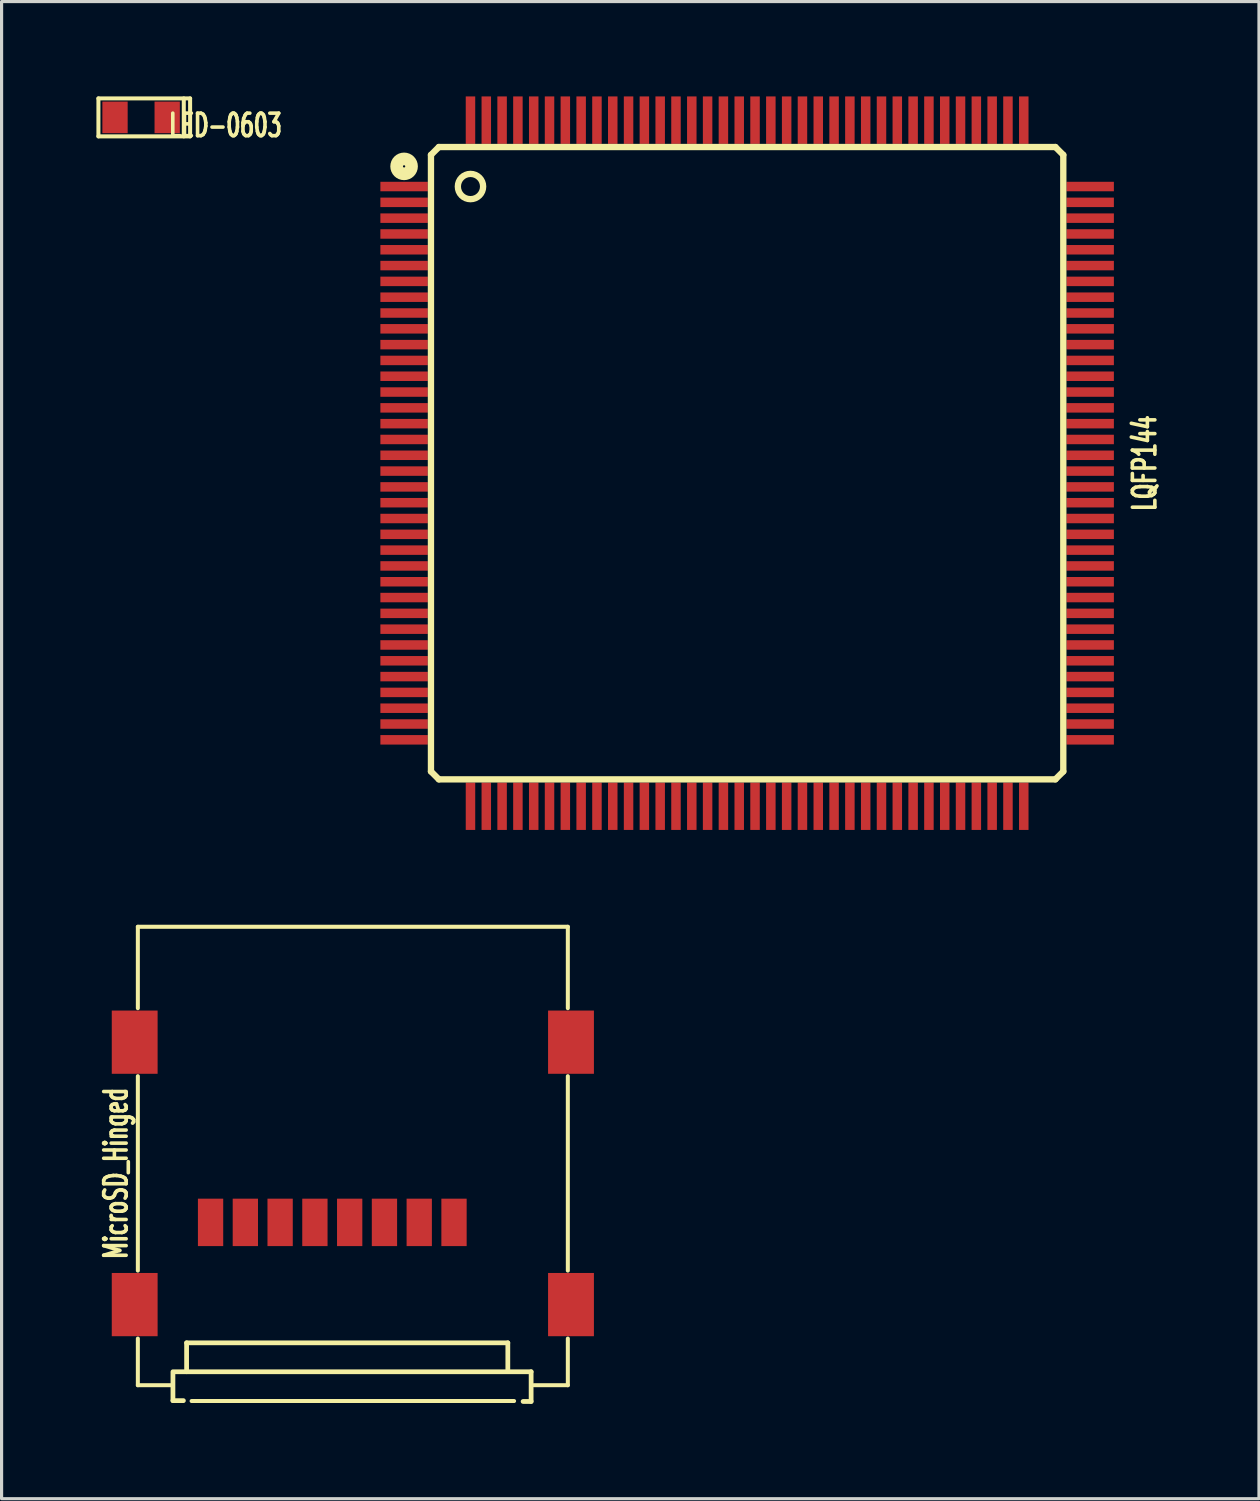
<source format=kicad_pcb>
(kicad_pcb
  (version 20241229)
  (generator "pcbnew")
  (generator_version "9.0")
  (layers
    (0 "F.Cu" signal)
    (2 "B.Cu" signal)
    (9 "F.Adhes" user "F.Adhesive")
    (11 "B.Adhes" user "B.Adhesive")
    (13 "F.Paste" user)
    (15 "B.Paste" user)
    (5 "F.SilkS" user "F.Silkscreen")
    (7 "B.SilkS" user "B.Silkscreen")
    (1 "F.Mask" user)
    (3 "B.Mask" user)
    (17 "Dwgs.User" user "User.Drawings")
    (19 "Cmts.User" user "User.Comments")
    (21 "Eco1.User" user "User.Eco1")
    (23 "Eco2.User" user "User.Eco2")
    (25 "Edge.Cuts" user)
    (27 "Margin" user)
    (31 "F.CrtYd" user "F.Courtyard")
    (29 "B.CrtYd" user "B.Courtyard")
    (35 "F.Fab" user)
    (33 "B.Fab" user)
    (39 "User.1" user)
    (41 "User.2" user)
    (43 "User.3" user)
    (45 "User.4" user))
  (footprint "MicroSD_Hinged"
    (layer "F.Cu")
    (at 8.11 34.063)
    (property "Reference" "MicroSD_Hinged" (at -7.493 0 90) (layer "F.SilkS") (effects (font (size 0.711 0.457) (thickness 0.114))))
    (attr through_hole)
    (fp_line (start -6.8 -7.8) (end 6.8 -7.8) (stroke (width 0.127) (type solid)) (layer "F.SilkS"))
    (fp_line (start -6.8 -5.225) (end -6.8 -7.8) (stroke (width 0.127) (type solid)) (layer "F.SilkS"))
    (fp_line (start -6.8 -3.075) (end -6.8 3.075) (stroke (width 0.127) (type solid)) (layer "F.SilkS"))
    (fp_line (start -6.8 6.7) (end -6.8 5.225) (stroke (width 0.127) (type solid)) (layer "F.SilkS"))
    (fp_line (start -6.8 6.7) (end -5.725 6.7) (stroke (width 0.127) (type solid)) (layer "F.SilkS"))
    (fp_line (start -5.69 6.274) (end 5.639 6.274) (stroke (width 0.15) (type solid)) (layer "F.SilkS"))
    (fp_line (start -5.69 6.325) (end -5.69 7.188) (stroke (width 0.15) (type solid)) (layer "F.SilkS"))
    (fp_line (start -5.69 7.188) (end -5.359 7.188) (stroke (width 0.15) (type solid)) (layer "F.SilkS"))
    (fp_line (start -5.258 5.359) (end 4.902 5.359) (stroke (width 0.15) (type solid)) (layer "F.SilkS"))
    (fp_line (start -5.258 6.274) (end -5.258 5.359) (stroke (width 0.15) (type solid)) (layer "F.SilkS"))
    (fp_line (start -5.1 7.2) (end 5.1 7.2) (stroke (width 0.127) (type solid)) (layer "F.SilkS"))
    (fp_line (start 4.902 5.359) (end 4.902 6.248) (stroke (width 0.15) (type solid)) (layer "F.SilkS"))
    (fp_line (start 5.639 6.274) (end 5.639 7.214) (stroke (width 0.15) (type solid)) (layer "F.SilkS"))
    (fp_line (start 5.639 7.214) (end 5.385 7.214) (stroke (width 0.15) (type solid)) (layer "F.SilkS"))
    (fp_line (start 6.8 -7.8) (end 6.8 -5.225) (stroke (width 0.127) (type solid)) (layer "F.SilkS"))
    (fp_line (start 6.8 3.075) (end 6.8 -3.075) (stroke (width 0.127) (type solid)) (layer "F.SilkS"))
    (fp_line (start 6.8 6.7) (end 5.725 6.7) (stroke (width 0.127) (type solid)) (layer "F.SilkS"))
    (fp_line (start 6.8 6.7) (end 6.8 5.225) (stroke (width 0.127) (type solid)) (layer "F.SilkS"))
    (pad "1" smd rect (at 3.2 1.55) (size 0.8 1.5) (layers "F.Cu" "F.Mask" "F.Paste"))
    (pad "2" smd rect (at 2.1 1.55) (size 0.8 1.5) (layers "F.Cu" "F.Mask" "F.Paste"))
    (pad "3" smd rect (at 1 1.55) (size 0.8 1.5) (layers "F.Cu" "F.Mask" "F.Paste"))
    (pad "4" smd rect (at -0.1 1.55) (size 0.8 1.5) (layers "F.Cu" "F.Mask" "F.Paste"))
    (pad "5" smd rect (at -1.2 1.55) (size 0.8 1.5) (layers "F.Cu" "F.Mask" "F.Paste"))
    (pad "6" smd rect (at -2.3 1.55) (size 0.8 1.5) (layers "F.Cu" "F.Mask" "F.Paste"))
    (pad "7" smd rect (at -3.4 1.55) (size 0.8 1.5) (layers "F.Cu" "F.Mask" "F.Paste"))
    (pad "8" smd rect (at -4.5 1.55) (size 0.8 1.5) (layers "F.Cu" "F.Mask" "F.Paste"))
    (pad "9" smd rect (at 6.9 4.15) (size 1.45 2) (layers "F.Cu" "F.Mask" "F.Paste"))
    (pad "10" smd rect (at -6.9 4.15) (size 1.45 2) (layers "F.Cu" "F.Mask" "F.Paste"))
    (pad "11" smd rect (at 6.9 -4.15) (size 1.45 2) (layers "F.Cu" "F.Mask" "F.Paste"))
    (pad "12" smd rect (at -6.9 -4.15) (size 1.45 2) (layers "F.Cu" "F.Mask" "F.Paste")))
  (footprint "LQFP144"
    (layer "F.Cu")
    (at 20.581 11.6)
    (property "Reference" "LQFP144" (at 12.573 0 90) (layer "F.SilkS") (effects (font (size 0.711 0.457) (thickness 0.114))))
    (attr through_hole)
    (fp_line (start -10 -9.75) (end -9.75 -10) (stroke (width 0.2) (type solid)) (layer "F.SilkS"))
    (fp_line (start -10 9.75) (end -10 -9.75) (stroke (width 0.2) (type solid)) (layer "F.SilkS"))
    (fp_line (start -9.75 -10) (end 9.75 -10) (stroke (width 0.2) (type solid)) (layer "F.SilkS"))
    (fp_line (start -9.75 10) (end -10 9.75) (stroke (width 0.2) (type solid)) (layer "F.SilkS"))
    (fp_line (start 9.75 -10) (end 10 -9.75) (stroke (width 0.2) (type solid)) (layer "F.SilkS"))
    (fp_line (start 9.75 10) (end -9.75 10) (stroke (width 0.2) (type solid)) (layer "F.SilkS"))
    (fp_line (start 10 -9.75) (end 10 9.75) (stroke (width 0.2) (type solid)) (layer "F.SilkS"))
    (fp_line (start 10 9.75) (end 9.75 10) (stroke (width 0.2) (type solid)) (layer "F.SilkS"))
    (fp_circle (center -10.85 -9.388) (end -10.85 -9.352) (stroke (width 0.4) (type solid)) (fill no) (layer "F.SilkS"))
    (fp_circle (center -8.75 -8.75) (end -8.35 -8.75) (stroke (width 0.2) (type solid)) (fill no) (layer "F.SilkS"))
    (pad "1" smd rect (at -10.85 -8.75) (size 1.5 0.3) (layers "F.Cu" "F.Mask" "F.Paste"))
    (pad "2" smd rect (at -10.85 -8.25) (size 1.5 0.3) (layers "F.Cu" "F.Mask" "F.Paste"))
    (pad "3" smd rect (at -10.85 -7.75) (size 1.5 0.3) (layers "F.Cu" "F.Mask" "F.Paste"))
    (pad "4" smd rect (at -10.85 -7.25) (size 1.5 0.3) (layers "F.Cu" "F.Mask" "F.Paste"))
    (pad "5" smd rect (at -10.85 -6.75) (size 1.5 0.3) (layers "F.Cu" "F.Mask" "F.Paste"))
    (pad "6" smd rect (at -10.85 -6.25) (size 1.5 0.3) (layers "F.Cu" "F.Mask" "F.Paste"))
    (pad "7" smd rect (at -10.85 -5.75) (size 1.5 0.3) (layers "F.Cu" "F.Mask" "F.Paste"))
    (pad "8" smd rect (at -10.85 -5.25) (size 1.5 0.3) (layers "F.Cu" "F.Mask" "F.Paste"))
    (pad "9" smd rect (at -10.85 -4.75) (size 1.5 0.3) (layers "F.Cu" "F.Mask" "F.Paste"))
    (pad "10" smd rect (at -10.85 -4.25) (size 1.5 0.3) (layers "F.Cu" "F.Mask" "F.Paste"))
    (pad "11" smd rect (at -10.85 -3.75) (size 1.5 0.3) (layers "F.Cu" "F.Mask" "F.Paste"))
    (pad "12" smd rect (at -10.85 -3.25) (size 1.5 0.3) (layers "F.Cu" "F.Mask" "F.Paste"))
    (pad "13" smd rect (at -10.85 -2.75) (size 1.5 0.3) (layers "F.Cu" "F.Mask" "F.Paste"))
    (pad "14" smd rect (at -10.85 -2.25) (size 1.5 0.3) (layers "F.Cu" "F.Mask" "F.Paste"))
    (pad "15" smd rect (at -10.85 -1.75) (size 1.5 0.3) (layers "F.Cu" "F.Mask" "F.Paste"))
    (pad "16" smd rect (at -10.85 -1.25) (size 1.5 0.3) (layers "F.Cu" "F.Mask" "F.Paste"))
    (pad "17" smd rect (at -10.85 -0.75) (size 1.5 0.3) (layers "F.Cu" "F.Mask" "F.Paste"))
    (pad "18" smd rect (at -10.85 -0.25) (size 1.5 0.3) (layers "F.Cu" "F.Mask" "F.Paste"))
    (pad "19" smd rect (at -10.85 0.25) (size 1.5 0.3) (layers "F.Cu" "F.Mask" "F.Paste"))
    (pad "20" smd rect (at -10.85 0.75) (size 1.5 0.3) (layers "F.Cu" "F.Mask" "F.Paste"))
    (pad "21" smd rect (at -10.85 1.25) (size 1.5 0.3) (layers "F.Cu" "F.Mask" "F.Paste"))
    (pad "22" smd rect (at -10.85 1.75) (size 1.5 0.3) (layers "F.Cu" "F.Mask" "F.Paste"))
    (pad "23" smd rect (at -10.85 2.25) (size 1.5 0.3) (layers "F.Cu" "F.Mask" "F.Paste"))
    (pad "24" smd rect (at -10.85 2.75) (size 1.5 0.3) (layers "F.Cu" "F.Mask" "F.Paste"))
    (pad "25" smd rect (at -10.85 3.25) (size 1.5 0.3) (layers "F.Cu" "F.Mask" "F.Paste"))
    (pad "26" smd rect (at -10.85 3.75) (size 1.5 0.3) (layers "F.Cu" "F.Mask" "F.Paste"))
    (pad "27" smd rect (at -10.85 4.25) (size 1.5 0.3) (layers "F.Cu" "F.Mask" "F.Paste"))
    (pad "28" smd rect (at -10.85 4.75) (size 1.5 0.3) (layers "F.Cu" "F.Mask" "F.Paste"))
    (pad "29" smd rect (at -10.85 5.25) (size 1.5 0.3) (layers "F.Cu" "F.Mask" "F.Paste"))
    (pad "30" smd rect (at -10.85 5.75) (size 1.5 0.3) (layers "F.Cu" "F.Mask" "F.Paste"))
    (pad "31" smd rect (at -10.85 6.25) (size 1.5 0.3) (layers "F.Cu" "F.Mask" "F.Paste"))
    (pad "32" smd rect (at -10.85 6.75) (size 1.5 0.3) (layers "F.Cu" "F.Mask" "F.Paste"))
    (pad "33" smd rect (at -10.85 7.25) (size 1.5 0.3) (layers "F.Cu" "F.Mask" "F.Paste"))
    (pad "34" smd rect (at -10.85 7.75) (size 1.5 0.3) (layers "F.Cu" "F.Mask" "F.Paste"))
    (pad "35" smd rect (at -10.85 8.25) (size 1.5 0.3) (layers "F.Cu" "F.Mask" "F.Paste"))
    (pad "36" smd rect (at -10.85 8.75) (size 1.5 0.3) (layers "F.Cu" "F.Mask" "F.Paste"))
    (pad "37" smd rect (at -8.75 10.85 90) (size 1.5 0.3) (layers "F.Cu" "F.Mask" "F.Paste"))
    (pad "38" smd rect (at -8.25 10.85 90) (size 1.5 0.3) (layers "F.Cu" "F.Mask" "F.Paste"))
    (pad "39" smd rect (at -7.75 10.85 90) (size 1.5 0.3) (layers "F.Cu" "F.Mask" "F.Paste"))
    (pad "40" smd rect (at -7.25 10.85 90) (size 1.5 0.3) (layers "F.Cu" "F.Mask" "F.Paste"))
    (pad "41" smd rect (at -6.75 10.85 90) (size 1.5 0.3) (layers "F.Cu" "F.Mask" "F.Paste"))
    (pad "42" smd rect (at -6.25 10.85 90) (size 1.5 0.3) (layers "F.Cu" "F.Mask" "F.Paste"))
    (pad "43" smd rect (at -5.75 10.85 90) (size 1.5 0.3) (layers "F.Cu" "F.Mask" "F.Paste"))
    (pad "44" smd rect (at -5.25 10.85 90) (size 1.5 0.3) (layers "F.Cu" "F.Mask" "F.Paste"))
    (pad "45" smd rect (at -4.75 10.85 90) (size 1.5 0.3) (layers "F.Cu" "F.Mask" "F.Paste"))
    (pad "46" smd rect (at -4.25 10.85 90) (size 1.5 0.3) (layers "F.Cu" "F.Mask" "F.Paste"))
    (pad "47" smd rect (at -3.75 10.85 90) (size 1.5 0.3) (layers "F.Cu" "F.Mask" "F.Paste"))
    (pad "48" smd rect (at -3.25 10.85 90) (size 1.5 0.3) (layers "F.Cu" "F.Mask" "F.Paste"))
    (pad "49" smd rect (at -2.75 10.85 90) (size 1.5 0.3) (layers "F.Cu" "F.Mask" "F.Paste"))
    (pad "50" smd rect (at -2.25 10.85 90) (size 1.5 0.3) (layers "F.Cu" "F.Mask" "F.Paste"))
    (pad "51" smd rect (at -1.75 10.85 90) (size 1.5 0.3) (layers "F.Cu" "F.Mask" "F.Paste"))
    (pad "52" smd rect (at -1.25 10.85 90) (size 1.5 0.3) (layers "F.Cu" "F.Mask" "F.Paste"))
    (pad "53" smd rect (at -0.75 10.85 90) (size 1.5 0.3) (layers "F.Cu" "F.Mask" "F.Paste"))
    (pad "54" smd rect (at -0.25 10.85 90) (size 1.5 0.3) (layers "F.Cu" "F.Mask" "F.Paste"))
    (pad "55" smd rect (at 0.25 10.85 90) (size 1.5 0.3) (layers "F.Cu" "F.Mask" "F.Paste"))
    (pad "56" smd rect (at 0.75 10.85 90) (size 1.5 0.3) (layers "F.Cu" "F.Mask" "F.Paste"))
    (pad "57" smd rect (at 1.25 10.85 90) (size 1.5 0.3) (layers "F.Cu" "F.Mask" "F.Paste"))
    (pad "58" smd rect (at 1.75 10.85 90) (size 1.5 0.3) (layers "F.Cu" "F.Mask" "F.Paste"))
    (pad "59" smd rect (at 2.25 10.85 90) (size 1.5 0.3) (layers "F.Cu" "F.Mask" "F.Paste"))
    (pad "60" smd rect (at 2.75 10.85 90) (size 1.5 0.3) (layers "F.Cu" "F.Mask" "F.Paste"))
    (pad "61" smd rect (at 3.25 10.85 90) (size 1.5 0.3) (layers "F.Cu" "F.Mask" "F.Paste"))
    (pad "62" smd rect (at 3.75 10.85 90) (size 1.5 0.3) (layers "F.Cu" "F.Mask" "F.Paste"))
    (pad "63" smd rect (at 4.25 10.85 90) (size 1.5 0.3) (layers "F.Cu" "F.Mask" "F.Paste"))
    (pad "64" smd rect (at 4.75 10.85 90) (size 1.5 0.3) (layers "F.Cu" "F.Mask" "F.Paste"))
    (pad "65" smd rect (at 5.25 10.85 90) (size 1.5 0.3) (layers "F.Cu" "F.Mask" "F.Paste"))
    (pad "66" smd rect (at 5.75 10.85 90) (size 1.5 0.3) (layers "F.Cu" "F.Mask" "F.Paste"))
    (pad "67" smd rect (at 6.25 10.85 90) (size 1.5 0.3) (layers "F.Cu" "F.Mask" "F.Paste"))
    (pad "68" smd rect (at 6.75 10.85 90) (size 1.5 0.3) (layers "F.Cu" "F.Mask" "F.Paste"))
    (pad "69" smd rect (at 7.25 10.85 90) (size 1.5 0.3) (layers "F.Cu" "F.Mask" "F.Paste"))
    (pad "70" smd rect (at 7.75 10.85 90) (size 1.5 0.3) (layers "F.Cu" "F.Mask" "F.Paste"))
    (pad "71" smd rect (at 8.25 10.85 90) (size 1.5 0.3) (layers "F.Cu" "F.Mask" "F.Paste"))
    (pad "72" smd rect (at 8.75 10.85 90) (size 1.5 0.3) (layers "F.Cu" "F.Mask" "F.Paste"))
    (pad "73" smd rect (at 10.85 8.75) (size 1.5 0.3) (layers "F.Cu" "F.Mask" "F.Paste"))
    (pad "74" smd rect (at 10.85 8.25) (size 1.5 0.3) (layers "F.Cu" "F.Mask" "F.Paste"))
    (pad "75" smd rect (at 10.85 7.75) (size 1.5 0.3) (layers "F.Cu" "F.Mask" "F.Paste"))
    (pad "76" smd rect (at 10.85 7.25) (size 1.5 0.3) (layers "F.Cu" "F.Mask" "F.Paste"))
    (pad "77" smd rect (at 10.85 6.75) (size 1.5 0.3) (layers "F.Cu" "F.Mask" "F.Paste"))
    (pad "78" smd rect (at 10.85 6.25) (size 1.5 0.3) (layers "F.Cu" "F.Mask" "F.Paste"))
    (pad "79" smd rect (at 10.85 5.75) (size 1.5 0.3) (layers "F.Cu" "F.Mask" "F.Paste"))
    (pad "80" smd rect (at 10.85 5.25) (size 1.5 0.3) (layers "F.Cu" "F.Mask" "F.Paste"))
    (pad "81" smd rect (at 10.85 4.75) (size 1.5 0.3) (layers "F.Cu" "F.Mask" "F.Paste"))
    (pad "82" smd rect (at 10.85 4.25) (size 1.5 0.3) (layers "F.Cu" "F.Mask" "F.Paste"))
    (pad "83" smd rect (at 10.85 3.75) (size 1.5 0.3) (layers "F.Cu" "F.Mask" "F.Paste"))
    (pad "84" smd rect (at 10.85 3.25) (size 1.5 0.3) (layers "F.Cu" "F.Mask" "F.Paste"))
    (pad "85" smd rect (at 10.85 2.75) (size 1.5 0.3) (layers "F.Cu" "F.Mask" "F.Paste"))
    (pad "86" smd rect (at 10.85 2.25) (size 1.5 0.3) (layers "F.Cu" "F.Mask" "F.Paste"))
    (pad "87" smd rect (at 10.85 1.75) (size 1.5 0.3) (layers "F.Cu" "F.Mask" "F.Paste"))
    (pad "88" smd rect (at 10.85 1.25) (size 1.5 0.3) (layers "F.Cu" "F.Mask" "F.Paste"))
    (pad "89" smd rect (at 10.85 0.75) (size 1.5 0.3) (layers "F.Cu" "F.Mask" "F.Paste"))
    (pad "90" smd rect (at 10.85 0.25) (size 1.5 0.3) (layers "F.Cu" "F.Mask" "F.Paste"))
    (pad "91" smd rect (at 10.85 -0.25) (size 1.5 0.3) (layers "F.Cu" "F.Mask" "F.Paste"))
    (pad "92" smd rect (at 10.85 -0.75) (size 1.5 0.3) (layers "F.Cu" "F.Mask" "F.Paste"))
    (pad "93" smd rect (at 10.85 -1.25) (size 1.5 0.3) (layers "F.Cu" "F.Mask" "F.Paste"))
    (pad "94" smd rect (at 10.85 -1.75) (size 1.5 0.3) (layers "F.Cu" "F.Mask" "F.Paste"))
    (pad "95" smd rect (at 10.85 -2.25) (size 1.5 0.3) (layers "F.Cu" "F.Mask" "F.Paste"))
    (pad "96" smd rect (at 10.85 -2.75) (size 1.5 0.3) (layers "F.Cu" "F.Mask" "F.Paste"))
    (pad "97" smd rect (at 10.85 -3.25) (size 1.5 0.3) (layers "F.Cu" "F.Mask" "F.Paste"))
    (pad "98" smd rect (at 10.85 -3.75) (size 1.5 0.3) (layers "F.Cu" "F.Mask" "F.Paste"))
    (pad "99" smd rect (at 10.85 -4.25) (size 1.5 0.3) (layers "F.Cu" "F.Mask" "F.Paste"))
    (pad "100" smd rect (at 10.85 -4.75) (size 1.5 0.3) (layers "F.Cu" "F.Mask" "F.Paste"))
    (pad "101" smd rect (at 10.85 -5.25) (size 1.5 0.3) (layers "F.Cu" "F.Mask" "F.Paste"))
    (pad "102" smd rect (at 10.85 -5.75) (size 1.5 0.3) (layers "F.Cu" "F.Mask" "F.Paste"))
    (pad "103" smd rect (at 10.85 -6.25) (size 1.5 0.3) (layers "F.Cu" "F.Mask" "F.Paste"))
    (pad "104" smd rect (at 10.85 -6.75) (size 1.5 0.3) (layers "F.Cu" "F.Mask" "F.Paste"))
    (pad "105" smd rect (at 10.85 -7.25) (size 1.5 0.3) (layers "F.Cu" "F.Mask" "F.Paste"))
    (pad "106" smd rect (at 10.85 -7.75) (size 1.5 0.3) (layers "F.Cu" "F.Mask" "F.Paste"))
    (pad "107" smd rect (at 10.85 -8.25) (size 1.5 0.3) (layers "F.Cu" "F.Mask" "F.Paste"))
    (pad "108" smd rect (at 10.85 -8.75) (size 1.5 0.3) (layers "F.Cu" "F.Mask" "F.Paste"))
    (pad "109" smd rect (at 8.75 -10.85 90) (size 1.5 0.3) (layers "F.Cu" "F.Mask" "F.Paste"))
    (pad "110" smd rect (at 8.25 -10.85 90) (size 1.5 0.3) (layers "F.Cu" "F.Mask" "F.Paste"))
    (pad "111" smd rect (at 7.75 -10.85 90) (size 1.5 0.3) (layers "F.Cu" "F.Mask" "F.Paste"))
    (pad "112" smd rect (at 7.25 -10.85 90) (size 1.5 0.3) (layers "F.Cu" "F.Mask" "F.Paste"))
    (pad "113" smd rect (at 6.75 -10.85 90) (size 1.5 0.3) (layers "F.Cu" "F.Mask" "F.Paste"))
    (pad "114" smd rect (at 6.25 -10.85 90) (size 1.5 0.3) (layers "F.Cu" "F.Mask" "F.Paste"))
    (pad "115" smd rect (at 5.75 -10.85 90) (size 1.5 0.3) (layers "F.Cu" "F.Mask" "F.Paste"))
    (pad "116" smd rect (at 5.25 -10.85 90) (size 1.5 0.3) (layers "F.Cu" "F.Mask" "F.Paste"))
    (pad "117" smd rect (at 4.75 -10.85 90) (size 1.5 0.3) (layers "F.Cu" "F.Mask" "F.Paste"))
    (pad "118" smd rect (at 4.25 -10.85 90) (size 1.5 0.3) (layers "F.Cu" "F.Mask" "F.Paste"))
    (pad "119" smd rect (at 3.75 -10.85 90) (size 1.5 0.3) (layers "F.Cu" "F.Mask" "F.Paste"))
    (pad "120" smd rect (at 3.25 -10.85 90) (size 1.5 0.3) (layers "F.Cu" "F.Mask" "F.Paste"))
    (pad "121" smd rect (at 2.75 -10.85 90) (size 1.5 0.3) (layers "F.Cu" "F.Mask" "F.Paste"))
    (pad "122" smd rect (at 2.25 -10.85 90) (size 1.5 0.3) (layers "F.Cu" "F.Mask" "F.Paste"))
    (pad "123" smd rect (at 1.75 -10.85 90) (size 1.5 0.3) (layers "F.Cu" "F.Mask" "F.Paste"))
    (pad "124" smd rect (at 1.25 -10.85 90) (size 1.5 0.3) (layers "F.Cu" "F.Mask" "F.Paste"))
    (pad "125" smd rect (at 0.75 -10.85 90) (size 1.5 0.3) (layers "F.Cu" "F.Mask" "F.Paste"))
    (pad "126" smd rect (at 0.25 -10.85 90) (size 1.5 0.3) (layers "F.Cu" "F.Mask" "F.Paste"))
    (pad "127" smd rect (at -0.25 -10.85 90) (size 1.5 0.3) (layers "F.Cu" "F.Mask" "F.Paste"))
    (pad "128" smd rect (at -0.75 -10.85 90) (size 1.5 0.3) (layers "F.Cu" "F.Mask" "F.Paste"))
    (pad "129" smd rect (at -1.25 -10.85 90) (size 1.5 0.3) (layers "F.Cu" "F.Mask" "F.Paste"))
    (pad "130" smd rect (at -1.75 -10.85 90) (size 1.5 0.3) (layers "F.Cu" "F.Mask" "F.Paste"))
    (pad "131" smd rect (at -2.25 -10.85 90) (size 1.5 0.3) (layers "F.Cu" "F.Mask" "F.Paste"))
    (pad "132" smd rect (at -2.75 -10.85 90) (size 1.5 0.3) (layers "F.Cu" "F.Mask" "F.Paste"))
    (pad "133" smd rect (at -3.25 -10.85 90) (size 1.5 0.3) (layers "F.Cu" "F.Mask" "F.Paste"))
    (pad "134" smd rect (at -3.75 -10.85 90) (size 1.5 0.3) (layers "F.Cu" "F.Mask" "F.Paste"))
    (pad "135" smd rect (at -4.25 -10.85 90) (size 1.5 0.3) (layers "F.Cu" "F.Mask" "F.Paste"))
    (pad "136" smd rect (at -4.75 -10.85 90) (size 1.5 0.3) (layers "F.Cu" "F.Mask" "F.Paste"))
    (pad "137" smd rect (at -5.25 -10.85 90) (size 1.5 0.3) (layers "F.Cu" "F.Mask" "F.Paste"))
    (pad "138" smd rect (at -5.75 -10.85 90) (size 1.5 0.3) (layers "F.Cu" "F.Mask" "F.Paste"))
    (pad "139" smd rect (at -6.25 -10.85 90) (size 1.5 0.3) (layers "F.Cu" "F.Mask" "F.Paste"))
    (pad "140" smd rect (at -6.75 -10.85 90) (size 1.5 0.3) (layers "F.Cu" "F.Mask" "F.Paste"))
    (pad "141" smd rect (at -7.25 -10.85 90) (size 1.5 0.3) (layers "F.Cu" "F.Mask" "F.Paste"))
    (pad "142" smd rect (at -7.75 -10.85 90) (size 1.5 0.3) (layers "F.Cu" "F.Mask" "F.Paste"))
    (pad "143" smd rect (at -8.25 -10.85 90) (size 1.5 0.3) (layers "F.Cu" "F.Mask" "F.Paste"))
    (pad "144" smd rect (at -8.75 -10.85 90) (size 1.5 0.3) (layers "F.Cu" "F.Mask" "F.Paste")))
  (footprint "LED-0603"
    (layer "F.Cu")
    (at 1.413 0.663)
    (property "Reference" "LED-0603" (at 2.667 0.254 0) (layer "F.SilkS") (effects (font (size 0.711 0.457) (thickness 0.114))))
    (attr smd)
    (fp_line (start -1.35 -0.6) (end 1.55 -0.6) (stroke (width 0.127) (type solid)) (layer "F.SilkS"))
    (fp_line (start -1.35 0.6) (end -1.35 -0.6) (stroke (width 0.127) (type solid)) (layer "F.SilkS"))
    (fp_line (start -1.35 0.6) (end 1.55 0.6) (stroke (width 0.127) (type solid)) (layer "F.SilkS"))
    (fp_line (start 1.35 -0.6) (end 1.35 0.6) (stroke (width 0.127) (type solid)) (layer "F.SilkS"))
    (fp_line (start 1.55 -0.6) (end 1.55 0.6) (stroke (width 0.127) (type solid)) (layer "F.SilkS"))
    (pad "1" smd rect (at -0.825 0) (size 0.8 1) (layers "F.Cu" "F.Mask" "F.Paste"))
    (pad "2" smd rect (at 0.825 0) (size 0.8 1) (layers "F.Cu" "F.Mask" "F.Paste")))
  (gr_rect
    (start -3 -3)
    (end 36.77 44.352)
    (stroke (width 0.1) (type default))
    (fill no)
    (layer "Edge.Cuts")))
</source>
